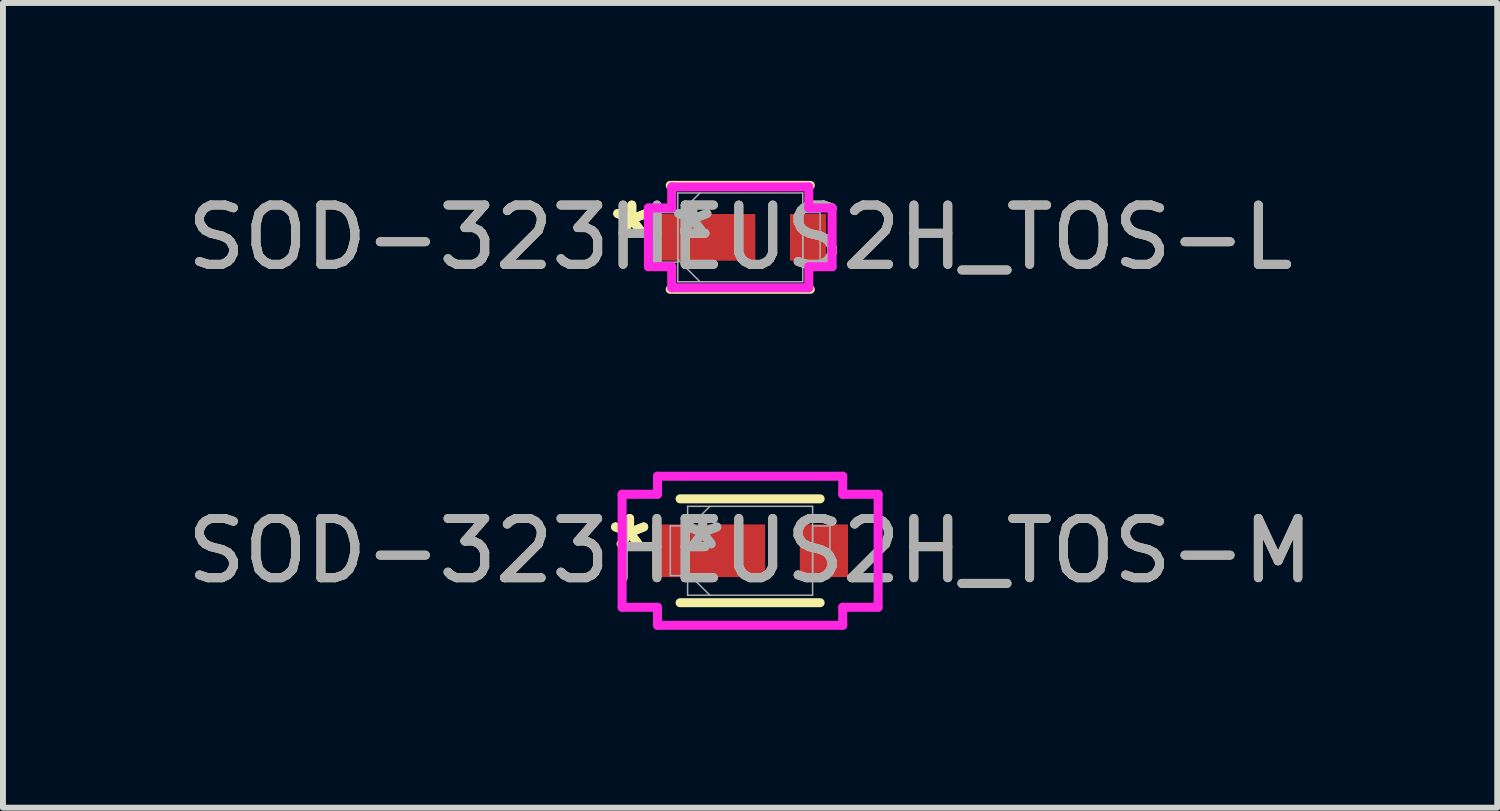
<source format=kicad_pcb>
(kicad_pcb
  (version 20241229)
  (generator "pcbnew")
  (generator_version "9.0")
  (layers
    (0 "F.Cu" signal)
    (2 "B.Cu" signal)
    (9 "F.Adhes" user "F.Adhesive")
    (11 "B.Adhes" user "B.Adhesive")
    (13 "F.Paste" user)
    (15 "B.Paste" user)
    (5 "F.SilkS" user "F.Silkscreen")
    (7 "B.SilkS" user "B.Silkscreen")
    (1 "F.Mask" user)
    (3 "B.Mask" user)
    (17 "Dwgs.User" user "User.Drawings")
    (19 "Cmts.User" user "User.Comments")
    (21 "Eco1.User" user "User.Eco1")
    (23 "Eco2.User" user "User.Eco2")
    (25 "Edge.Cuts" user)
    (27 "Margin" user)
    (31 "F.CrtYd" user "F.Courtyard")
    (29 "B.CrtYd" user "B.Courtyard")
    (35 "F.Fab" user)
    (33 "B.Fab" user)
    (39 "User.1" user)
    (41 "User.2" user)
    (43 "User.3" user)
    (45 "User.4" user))
  (footprint "SOD-323HEUS2H_TOS-M"
    (layer "F.Cu")
    (at 9.601 6.239)
    (property "Reference" "SOD-323HEUS2H_TOS-M" (at 0 0 0) (unlocked yes) (layer "F.SilkS") (effects (font (size 1 1) (thickness 0.15))))
    (attr smd)
    (fp_line (start -1.181 0.876) (end 1.181 0.876) (stroke (width 0.152) (type solid)) (layer "F.SilkS"))
    (fp_line (start 1.181 -0.876) (end -1.181 -0.876) (stroke (width 0.152) (type solid)) (layer "F.SilkS"))
    (fp_line (start -2.159 -0.953) (end -1.562 -0.953) (stroke (width 0.152) (type solid)) (layer "F.CrtYd"))
    (fp_line (start -2.159 0.953) (end -2.159 -0.953) (stroke (width 0.152) (type solid)) (layer "F.CrtYd"))
    (fp_line (start -1.562 -1.257) (end 1.562 -1.257) (stroke (width 0.152) (type solid)) (layer "F.CrtYd"))
    (fp_line (start -1.562 -0.953) (end -1.562 -1.257) (stroke (width 0.152) (type solid)) (layer "F.CrtYd"))
    (fp_line (start -1.562 0.953) (end -2.159 0.953) (stroke (width 0.152) (type solid)) (layer "F.CrtYd"))
    (fp_line (start -1.562 1.257) (end -1.562 0.953) (stroke (width 0.152) (type solid)) (layer "F.CrtYd"))
    (fp_line (start 1.562 -1.257) (end 1.562 -0.953) (stroke (width 0.152) (type solid)) (layer "F.CrtYd"))
    (fp_line (start 1.562 -0.953) (end 2.159 -0.953) (stroke (width 0.152) (type solid)) (layer "F.CrtYd"))
    (fp_line (start 1.562 0.953) (end 1.562 1.257) (stroke (width 0.152) (type solid)) (layer "F.CrtYd"))
    (fp_line (start 1.562 1.257) (end -1.562 1.257) (stroke (width 0.152) (type solid)) (layer "F.CrtYd"))
    (fp_line (start 2.159 -0.953) (end 2.159 0.953) (stroke (width 0.152) (type solid)) (layer "F.CrtYd"))
    (fp_line (start 2.159 0.953) (end 1.562 0.953) (stroke (width 0.152) (type solid)) (layer "F.CrtYd"))
    (fp_line (start -1.346 -0.419) (end -1.346 0.419) (stroke (width 0.025) (type solid)) (layer "F.Fab"))
    (fp_line (start -1.346 0.419) (end -1.054 0.419) (stroke (width 0.025) (type solid)) (layer "F.Fab"))
    (fp_line (start -1.054 -0.749) (end -1.054 0.749) (stroke (width 0.025) (type solid)) (layer "F.Fab"))
    (fp_line (start -1.054 -0.419) (end -1.346 -0.419) (stroke (width 0.025) (type solid)) (layer "F.Fab"))
    (fp_line (start -1.054 -0.375) (end -0.679 -0.749) (stroke (width 0.025) (type solid)) (layer "F.Fab"))
    (fp_line (start -1.054 0.375) (end -0.679 0.749) (stroke (width 0.025) (type solid)) (layer "F.Fab"))
    (fp_line (start -1.054 0.419) (end -1.054 -0.419) (stroke (width 0.025) (type solid)) (layer "F.Fab"))
    (fp_line (start -1.054 0.749) (end 1.054 0.749) (stroke (width 0.025) (type solid)) (layer "F.Fab"))
    (fp_line (start 1.054 -0.749) (end -1.054 -0.749) (stroke (width 0.025) (type solid)) (layer "F.Fab"))
    (fp_line (start 1.054 -0.419) (end 1.054 0.419) (stroke (width 0.025) (type solid)) (layer "F.Fab"))
    (fp_line (start 1.054 0.419) (end 1.346 0.419) (stroke (width 0.025) (type solid)) (layer "F.Fab"))
    (fp_line (start 1.054 0.749) (end 1.054 -0.749) (stroke (width 0.025) (type solid)) (layer "F.Fab"))
    (fp_line (start 1.346 -0.419) (end 1.054 -0.419) (stroke (width 0.025) (type solid)) (layer "F.Fab"))
    (fp_line (start 1.346 0.419) (end 1.346 -0.419) (stroke (width 0.025) (type solid)) (layer "F.Fab"))
    (fp_text user "*" (at -2.032 0 0) (layer "F.SilkS") (effects (font (size 1 1) (thickness 0.15))))
    (fp_text user "*" (at -2.032 0 0) (unlocked yes) (layer "F.SilkS") (effects (font (size 1 1) (thickness 0.15))))
    (fp_text user "*" (at -0.8 0 0) (unlocked yes) (layer "F.Fab") (effects (font (size 1 1) (thickness 0.15))))
    (fp_text user "*" (at -0.8 0 0) (layer "F.Fab") (effects (font (size 1 1) (thickness 0.15))))
    (fp_text user "${REFERENCE}" (at 0 0 0) (unlocked yes) (layer "F.Fab") (effects (font (size 1 1) (thickness 0.15))))
    (pad "1" smd rect (at -0.699 0) (size 1.905 0.889) (layers "F.Cu" "F.Mask" "F.Paste"))
    (pad "2" smd rect (at 1.245 0) (size 0.813 0.889) (layers "F.Cu" "F.Mask" "F.Paste"))
    (zone (net_name "") (layer "F.Cu") (hatch full 0.508) (connect_pads) (min_thickness 0.254) (filled_areas_thickness no) (keepout (tracks not_allowed) (vias not_allowed) (pads allowed) (copperpour not_allowed) (footprints allowed)) (placement (enabled no)) (fill) (polygon (pts (xy 9.906 5.54) (xy 10.389 5.54) (xy 10.389 6.937) (xy 9.906 6.937)))))
  (footprint "SOD-323HEUS2H_TOS-L"
    (layer "F.Cu")
    (at 9.435 0.953)
    (property "Reference" "SOD-323HEUS2H_TOS-L" (at 0 0 0) (unlocked yes) (layer "F.SilkS") (effects (font (size 1 1) (thickness 0.15))))
    (attr smd)
    (fp_line (start -1.181 0.876) (end 1.181 0.876) (stroke (width 0.152) (type solid)) (layer "F.SilkS"))
    (fp_line (start 1.181 -0.876) (end -1.181 -0.876) (stroke (width 0.152) (type solid)) (layer "F.SilkS"))
    (fp_line (start -1.549 -0.495) (end -1.156 -0.495) (stroke (width 0.152) (type solid)) (layer "F.CrtYd"))
    (fp_line (start -1.549 0.495) (end -1.549 -0.495) (stroke (width 0.152) (type solid)) (layer "F.CrtYd"))
    (fp_line (start -1.156 -0.851) (end 1.156 -0.851) (stroke (width 0.152) (type solid)) (layer "F.CrtYd"))
    (fp_line (start -1.156 -0.495) (end -1.156 -0.851) (stroke (width 0.152) (type solid)) (layer "F.CrtYd"))
    (fp_line (start -1.156 0.495) (end -1.549 0.495) (stroke (width 0.152) (type solid)) (layer "F.CrtYd"))
    (fp_line (start -1.156 0.851) (end -1.156 0.495) (stroke (width 0.152) (type solid)) (layer "F.CrtYd"))
    (fp_line (start 1.156 -0.851) (end 1.156 -0.495) (stroke (width 0.152) (type solid)) (layer "F.CrtYd"))
    (fp_line (start 1.156 -0.495) (end 1.549 -0.495) (stroke (width 0.152) (type solid)) (layer "F.CrtYd"))
    (fp_line (start 1.156 0.495) (end 1.156 0.851) (stroke (width 0.152) (type solid)) (layer "F.CrtYd"))
    (fp_line (start 1.156 0.851) (end -1.156 0.851) (stroke (width 0.152) (type solid)) (layer "F.CrtYd"))
    (fp_line (start 1.549 -0.495) (end 1.549 0.495) (stroke (width 0.152) (type solid)) (layer "F.CrtYd"))
    (fp_line (start 1.549 0.495) (end 1.156 0.495) (stroke (width 0.152) (type solid)) (layer "F.CrtYd"))
    (fp_line (start -1.346 -0.419) (end -1.346 0.419) (stroke (width 0.025) (type solid)) (layer "F.Fab"))
    (fp_line (start -1.346 0.419) (end -1.054 0.419) (stroke (width 0.025) (type solid)) (layer "F.Fab"))
    (fp_line (start -1.054 -0.749) (end -1.054 0.749) (stroke (width 0.025) (type solid)) (layer "F.Fab"))
    (fp_line (start -1.054 -0.419) (end -1.346 -0.419) (stroke (width 0.025) (type solid)) (layer "F.Fab"))
    (fp_line (start -1.054 -0.375) (end -0.679 -0.749) (stroke (width 0.025) (type solid)) (layer "F.Fab"))
    (fp_line (start -1.054 0.375) (end -0.679 0.749) (stroke (width 0.025) (type solid)) (layer "F.Fab"))
    (fp_line (start -1.054 0.419) (end -1.054 -0.419) (stroke (width 0.025) (type solid)) (layer "F.Fab"))
    (fp_line (start -1.054 0.749) (end 1.054 0.749) (stroke (width 0.025) (type solid)) (layer "F.Fab"))
    (fp_line (start 1.054 -0.749) (end -1.054 -0.749) (stroke (width 0.025) (type solid)) (layer "F.Fab"))
    (fp_line (start 1.054 -0.419) (end 1.054 0.419) (stroke (width 0.025) (type solid)) (layer "F.Fab"))
    (fp_line (start 1.054 0.419) (end 1.346 0.419) (stroke (width 0.025) (type solid)) (layer "F.Fab"))
    (fp_line (start 1.054 0.749) (end 1.054 -0.749) (stroke (width 0.025) (type solid)) (layer "F.Fab"))
    (fp_line (start 1.346 -0.419) (end 1.054 -0.419) (stroke (width 0.025) (type solid)) (layer "F.Fab"))
    (fp_line (start 1.346 0.419) (end 1.346 -0.419) (stroke (width 0.025) (type solid)) (layer "F.Fab"))
    (fp_text user "*" (at -1.829 0 0) (unlocked yes) (layer "F.SilkS") (effects (font (size 1 1) (thickness 0.15))))
    (fp_text user "*" (at -1.829 0 0) (layer "F.SilkS") (effects (font (size 1 1) (thickness 0.15))))
    (fp_text user "*" (at -0.8 0 0) (layer "F.Fab") (effects (font (size 1 1) (thickness 0.15))))
    (fp_text user "${REFERENCE}" (at 0 0 0) (unlocked yes) (layer "F.Fab") (effects (font (size 1 1) (thickness 0.15))))
    (fp_text user "*" (at -0.8 0 0) (unlocked yes) (layer "F.Fab") (effects (font (size 1 1) (thickness 0.15))))
    (pad "1" smd rect (at -0.597 0) (size 1.702 0.787) (layers "F.Cu" "F.Mask" "F.Paste"))
    (pad "2" smd rect (at 1.143 0) (size 0.61 0.787) (layers "F.Cu" "F.Mask" "F.Paste"))
    (zone (net_name "") (layer "F.Cu") (hatch full 0.508) (connect_pads) (min_thickness 0.254) (filled_areas_thickness no) (keepout (tracks not_allowed) (vias not_allowed) (pads allowed) (copperpour not_allowed) (footprints allowed)) (placement (enabled no)) (fill) (polygon (pts (xy 9.739 0.254) (xy 10.222 0.254) (xy 10.222 1.651) (xy 9.739 1.651)))))
  (gr_rect
    (start -3 -3)
    (end 22.202 10.572)
    (stroke (width 0.1) (type default))
    (fill no)
    (layer "Edge.Cuts")))
</source>
